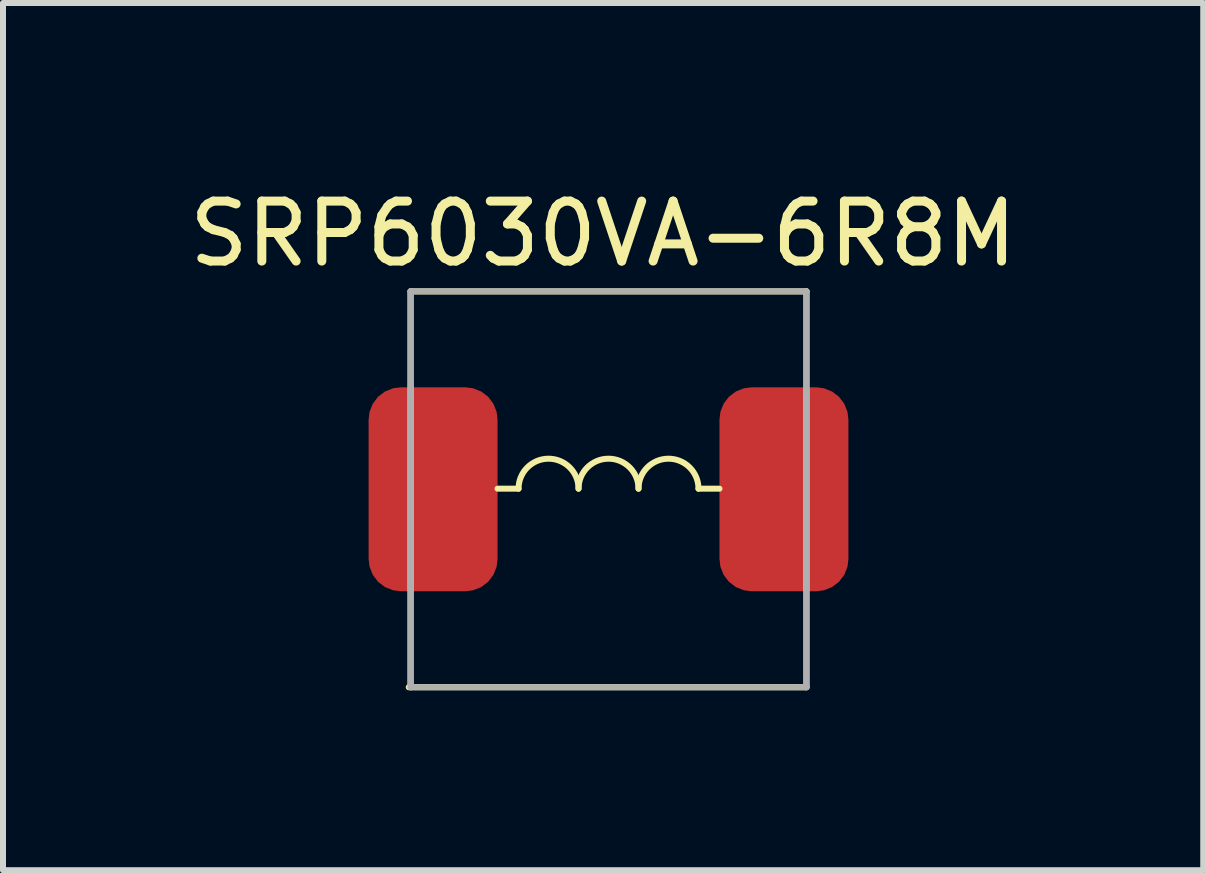
<source format=kicad_pcb>
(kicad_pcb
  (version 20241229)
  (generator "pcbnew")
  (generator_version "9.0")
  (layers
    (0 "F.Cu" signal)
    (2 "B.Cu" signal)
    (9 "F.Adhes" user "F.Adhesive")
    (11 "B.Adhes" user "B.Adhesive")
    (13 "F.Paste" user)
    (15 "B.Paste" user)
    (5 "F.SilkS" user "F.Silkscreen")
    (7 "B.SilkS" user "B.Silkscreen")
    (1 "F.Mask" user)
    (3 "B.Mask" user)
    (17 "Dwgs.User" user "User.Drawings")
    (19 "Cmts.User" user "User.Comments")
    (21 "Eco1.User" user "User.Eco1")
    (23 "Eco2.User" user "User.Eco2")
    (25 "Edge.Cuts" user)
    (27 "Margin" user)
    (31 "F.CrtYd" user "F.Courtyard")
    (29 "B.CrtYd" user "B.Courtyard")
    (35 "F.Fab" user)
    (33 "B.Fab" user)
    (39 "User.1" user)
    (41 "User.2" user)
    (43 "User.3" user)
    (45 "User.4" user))
  (footprint "SRP6030VA-6R8M"
    (layer "F.Cu")
    (at 7.096 5.108)
    (property "Reference" "SRP6030VA-6R8M" (at -0.09 -4.26 0) (layer "F.SilkS") (effects (font (size 1 1) (thickness 0.15))))
    (attr through_hole)
    (fp_line (start -3.33 3.3) (end 3.3 3.3) (stroke (width 0.102) (type solid)) (layer "F.SilkS"))
    (fp_line (start -3.3 -3.3) (end 3.3 -3.3) (stroke (width 0.102) (type solid)) (layer "F.SilkS"))
    (fp_line (start -3.3 3.3) (end -3.3 -3.3) (stroke (width 0.102) (type solid)) (layer "F.SilkS"))
    (fp_line (start -1.5 -0.01) (end -1.85 -0.01) (stroke (width 0.1) (type solid)) (layer "F.SilkS"))
    (fp_line (start 1.85 -0.01) (end 1.5 -0.01) (stroke (width 0.1) (type solid)) (layer "F.SilkS"))
    (fp_line (start 3.3 3.3) (end 3.3 -3.3) (stroke (width 0.102) (type solid)) (layer "F.SilkS"))
    (fp_arc (start -1.5 -0.01) (mid -1 -0.51) (end -0.5 -0.01) (stroke (width 0.1) (type solid)) (layer "F.SilkS"))
    (fp_arc (start -0.5 -0.01) (mid 0 -0.51) (end 0.5 -0.01) (stroke (width 0.1) (type solid)) (layer "F.SilkS"))
    (fp_arc (start 0.5 -0.01) (mid 1 -0.51) (end 1.5 -0.01) (stroke (width 0.1) (type solid)) (layer "F.SilkS"))
    (fp_line (start -3.3 -3.3) (end -3.3 3.3) (stroke (width 0.102) (type solid)) (layer "F.Fab"))
    (fp_line (start -3.3 -3.3) (end 3.3 -3.3) (stroke (width 0.102) (type solid)) (layer "F.Fab"))
    (fp_line (start -3.3 3.3) (end 3.3 3.3) (stroke (width 0.102) (type solid)) (layer "F.Fab"))
    (fp_line (start 3.3 -3.3) (end 3.3 3.3) (stroke (width 0.102) (type solid)) (layer "F.Fab"))
    (pad "1" smd roundrect (at -2.925 0) (size 2.15 3.4) (layers "F.Cu" "F.Mask" "F.Paste") (roundrect_rratio 0.25))
    (pad "2" smd roundrect (at 2.925 0) (size 2.15 3.4) (layers "F.Cu" "F.Mask" "F.Paste") (roundrect_rratio 0.25)))
  (gr_rect
    (start -3 -3)
    (end 17.012 11.459)
    (stroke (width 0.1) (type default))
    (fill no)
    (layer "Edge.Cuts")))
</source>
